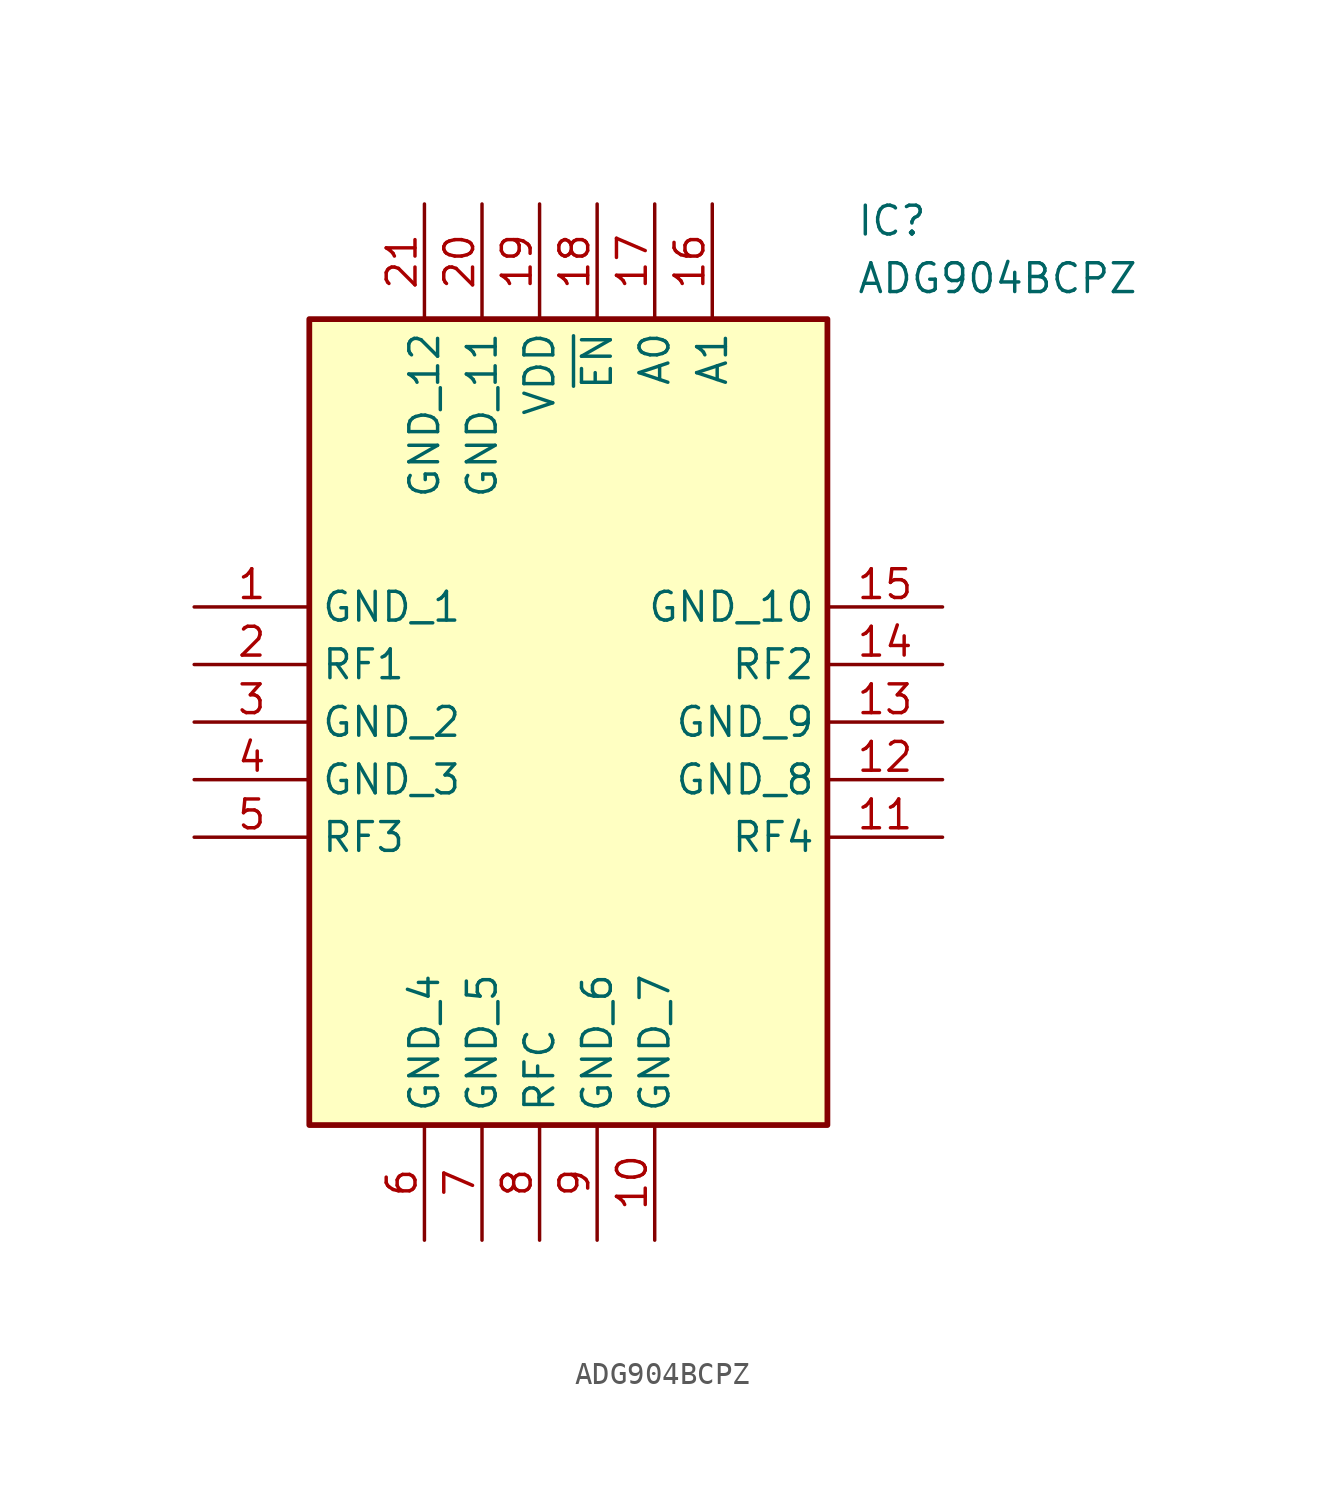
<source format=kicad_sym>
(kicad_symbol_lib
  (version 20211014)
  (generator SamacSys_ECAD_Model)
  (symbol "ADG904BCPZ"
    (property "Reference" "IC"
      (at 29.21 17.78 0)
      (effects (font (size 1.27 1.27)) (justify left top)))
    (property "Value" "ADG904BCPZ"
      (at 29.21 15.24 0)
      (effects (font (size 1.27 1.27)) (justify left top)))
    (rectangle
      (start 5.08 12.7)
      (end 27.94 -22.86)
      (stroke (width 0.254) (type default))
      (fill (type background)))
    (pin power_in line
      (at 0 0 0)
      (length 5.08)
      (name "GND_1" (effects (font (size 1.27 1.27))))
      (number "1" (effects (font (size 1.27 1.27)))))
    (pin passive line
      (at 0 -2.54 0)
      (length 5.08)
      (name "RF1" (effects (font (size 1.27 1.27))))
      (number "2" (effects (font (size 1.27 1.27)))))
    (pin power_in line
      (at 0 -5.08 0)
      (length 5.08)
      (name "GND_2" (effects (font (size 1.27 1.27))))
      (number "3" (effects (font (size 1.27 1.27)))))
    (pin power_in line
      (at 0 -7.62 0)
      (length 5.08)
      (name "GND_3" (effects (font (size 1.27 1.27))))
      (number "4" (effects (font (size 1.27 1.27)))))
    (pin passive line
      (at 0 -10.16 0)
      (length 5.08)
      (name "RF3" (effects (font (size 1.27 1.27))))
      (number "5" (effects (font (size 1.27 1.27)))))
    (pin power_in line
      (at 10.16 -27.94 90)
      (length 5.08)
      (name "GND_4" (effects (font (size 1.27 1.27))))
      (number "6" (effects (font (size 1.27 1.27)))))
    (pin power_in line
      (at 12.7 -27.94 90)
      (length 5.08)
      (name "GND_5" (effects (font (size 1.27 1.27))))
      (number "7" (effects (font (size 1.27 1.27)))))
    (pin passive line
      (at 15.24 -27.94 90)
      (length 5.08)
      (name "RFC" (effects (font (size 1.27 1.27))))
      (number "8" (effects (font (size 1.27 1.27)))))
    (pin power_in line
      (at 17.78 -27.94 90)
      (length 5.08)
      (name "GND_6" (effects (font (size 1.27 1.27))))
      (number "9" (effects (font (size 1.27 1.27)))))
    (pin power_in line
      (at 20.32 -27.94 90)
      (length 5.08)
      (name "GND_7" (effects (font (size 1.27 1.27))))
      (number "10" (effects (font (size 1.27 1.27)))))
    (pin power_in line
      (at 33.02 0 180)
      (length 5.08)
      (name "GND_10" (effects (font (size 1.27 1.27))))
      (number "15" (effects (font (size 1.27 1.27)))))
    (pin passive line
      (at 33.02 -2.54 180)
      (length 5.08)
      (name "RF2" (effects (font (size 1.27 1.27))))
      (number "14" (effects (font (size 1.27 1.27)))))
    (pin power_in line
      (at 33.02 -5.08 180)
      (length 5.08)
      (name "GND_9" (effects (font (size 1.27 1.27))))
      (number "13" (effects (font (size 1.27 1.27)))))
    (pin power_in line
      (at 33.02 -7.62 180)
      (length 5.08)
      (name "GND_8" (effects (font (size 1.27 1.27))))
      (number "12" (effects (font (size 1.27 1.27)))))
    (pin passive line
      (at 33.02 -10.16 180)
      (length 5.08)
      (name "RF4" (effects (font (size 1.27 1.27))))
      (number "11" (effects (font (size 1.27 1.27)))))
    (pin power_in line
      (at 10.16 17.78 270)
      (length 5.08)
      (name "GND_12" (effects (font (size 1.27 1.27))))
      (number "21" (effects (font (size 1.27 1.27)))))
    (pin power_in line
      (at 12.7 17.78 270)
      (length 5.08)
      (name "GND_11" (effects (font (size 1.27 1.27))))
      (number "20" (effects (font (size 1.27 1.27)))))
    (pin power_in line
      (at 15.24 17.78 270)
      (length 5.08)
      (name "VDD" (effects (font (size 1.27 1.27))))
      (number "19" (effects (font (size 1.27 1.27)))))
    (pin input line
      (at 17.78 17.78 270)
      (length 5.08)
      (name "~{EN}" (effects (font (size 1.27 1.27))))
      (number "18" (effects (font (size 1.27 1.27)))))
    (pin input line
      (at 20.32 17.78 270)
      (length 5.08)
      (name "A0" (effects (font (size 1.27 1.27))))
      (number "17" (effects (font (size 1.27 1.27)))))
    (pin input line
      (at 22.86 17.78 270)
      (length 5.08)
      (name "A1" (effects (font (size 1.27 1.27))))
      (number "16" (effects (font (size 1.27 1.27)))))))
</source>
